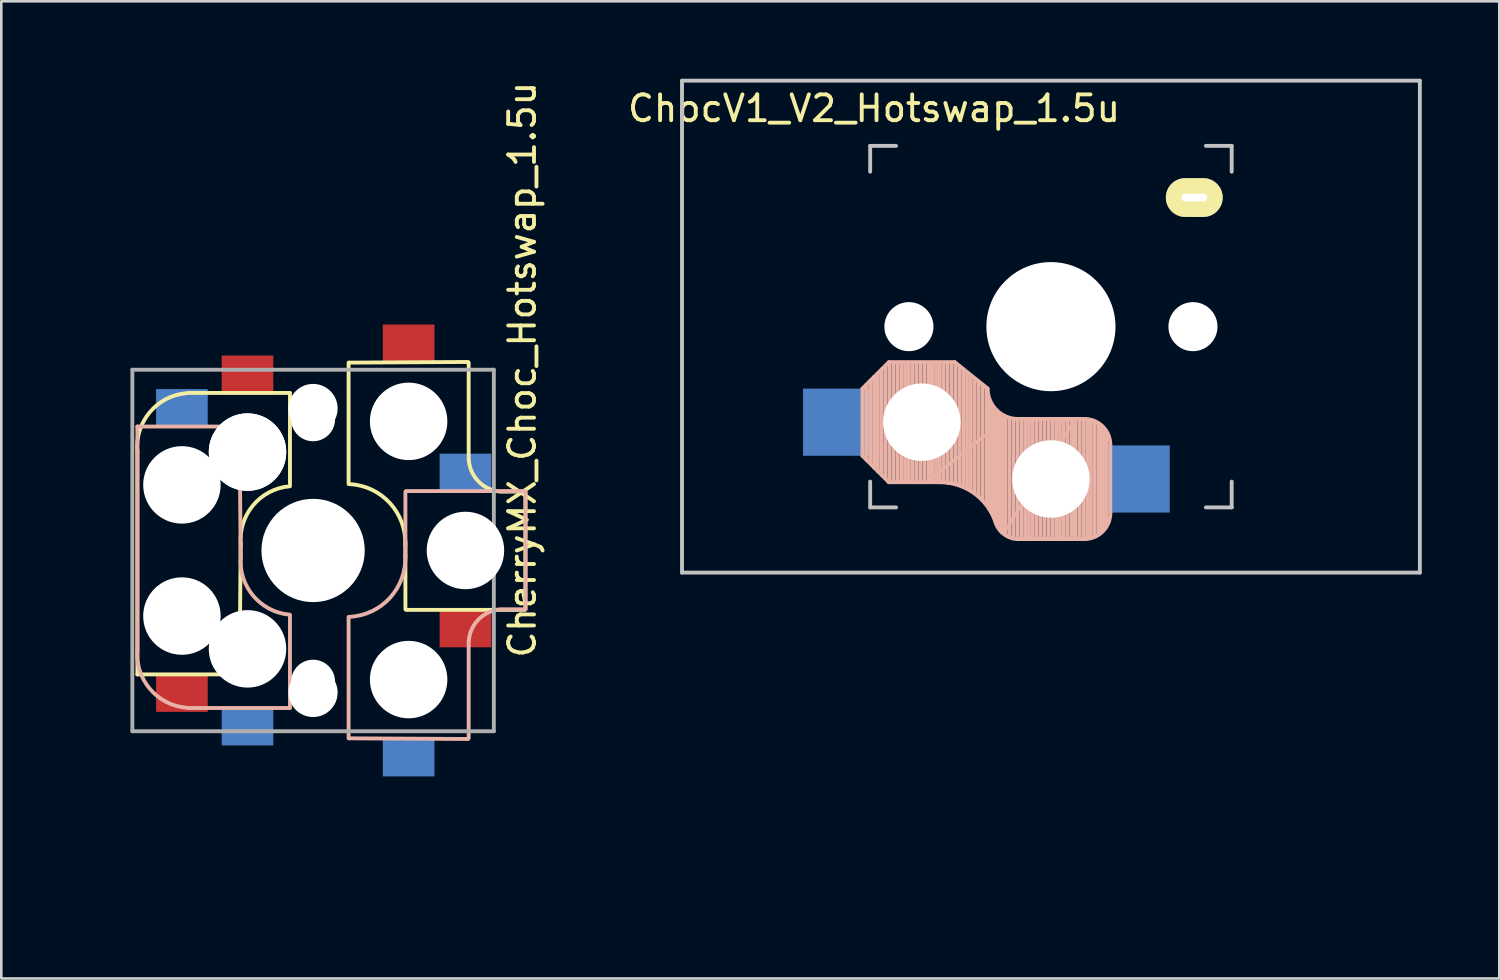
<source format=kicad_pcb>
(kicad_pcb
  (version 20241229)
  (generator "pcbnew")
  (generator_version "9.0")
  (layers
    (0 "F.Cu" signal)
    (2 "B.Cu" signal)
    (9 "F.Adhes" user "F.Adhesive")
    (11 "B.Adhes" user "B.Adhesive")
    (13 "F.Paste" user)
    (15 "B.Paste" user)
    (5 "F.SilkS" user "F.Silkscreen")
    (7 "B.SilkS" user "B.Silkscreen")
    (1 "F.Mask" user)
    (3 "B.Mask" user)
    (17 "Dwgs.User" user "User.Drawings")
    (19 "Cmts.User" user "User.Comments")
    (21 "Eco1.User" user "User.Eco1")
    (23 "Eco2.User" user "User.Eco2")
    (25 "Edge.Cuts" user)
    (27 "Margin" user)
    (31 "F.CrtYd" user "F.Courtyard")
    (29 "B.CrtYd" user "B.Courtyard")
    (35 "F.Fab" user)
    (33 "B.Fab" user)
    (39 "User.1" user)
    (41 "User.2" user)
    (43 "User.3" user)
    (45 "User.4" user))
  (footprint "ChocV1_V2_Hotswap_1.5u"
    (layer "F.Cu")
    (at 37.649 9.6)
    (property "Reference" "ChocV1_V2_Hotswap_1.5u" (at -6.85 -8.45 0) (layer "F.SilkS") (effects (font (size 1 1) (thickness 0.15))))
    (attr through_hole)
    (fp_line (start -7.3 2.4) (end -7.3 5) (stroke (width 0.15) (type solid)) (layer "B.SilkS"))
    (fp_line (start -7.3 2.4) (end -6.275 1.375) (stroke (width 0.15) (type solid)) (layer "B.SilkS"))
    (fp_line (start -7.3 5) (end -6.275 6.025) (stroke (width 0.15) (type solid)) (layer "B.SilkS"))
    (fp_line (start -7.15 5.15) (end -7.15 2.25) (stroke (width 0.15) (type solid)) (layer "B.SilkS"))
    (fp_line (start -7 5.25) (end -7 2.1) (stroke (width 0.15) (type solid)) (layer "B.SilkS"))
    (fp_line (start -6.85 5.45) (end -6.85 1.95) (stroke (width 0.15) (type solid)) (layer "B.SilkS"))
    (fp_line (start -6.7 5.6) (end -6.7 1.8) (stroke (width 0.15) (type solid)) (layer "B.SilkS"))
    (fp_line (start -6.55 5.75) (end -6.55 1.65) (stroke (width 0.15) (type solid)) (layer "B.SilkS"))
    (fp_line (start -6.4 5.85) (end -6.4 1.5) (stroke (width 0.15) (type solid)) (layer "B.SilkS"))
    (fp_line (start -6.25 6) (end -6.25 1.4) (stroke (width 0.15) (type solid)) (layer "B.SilkS"))
    (fp_line (start -6.1 6) (end -6.1 1.4) (stroke (width 0.15) (type solid)) (layer "B.SilkS"))
    (fp_line (start -5.95 6) (end -5.95 1.4) (stroke (width 0.15) (type solid)) (layer "B.SilkS"))
    (fp_line (start -5.8 6) (end -5.8 1.4) (stroke (width 0.15) (type solid)) (layer "B.SilkS"))
    (fp_line (start -5.65 6) (end -5.65 1.4) (stroke (width 0.15) (type solid)) (layer "B.SilkS"))
    (fp_line (start -5.5 6) (end -5.5 1.4) (stroke (width 0.15) (type solid)) (layer "B.SilkS"))
    (fp_line (start -5.35 6) (end -5.35 1.4) (stroke (width 0.15) (type solid)) (layer "B.SilkS"))
    (fp_line (start -5.2 6) (end -5.2 1.4) (stroke (width 0.15) (type solid)) (layer "B.SilkS"))
    (fp_line (start -5.05 6) (end -5.05 1.4) (stroke (width 0.15) (type solid)) (layer "B.SilkS"))
    (fp_line (start -4.9 6) (end -4.9 1.4) (stroke (width 0.15) (type solid)) (layer "B.SilkS"))
    (fp_line (start -4.75 6) (end -4.75 1.4) (stroke (width 0.15) (type solid)) (layer "B.SilkS"))
    (fp_line (start -4.65 5.9) (end -4.65 1.4) (stroke (width 0.12) (type solid)) (layer "B.SilkS"))
    (fp_line (start -4.6 6) (end -4.6 1.4) (stroke (width 0.15) (type solid)) (layer "B.SilkS"))
    (fp_line (start -4.45 6) (end -4.45 1.4) (stroke (width 0.15) (type solid)) (layer "B.SilkS"))
    (fp_line (start -4.3 6) (end -4.3 1.4) (stroke (width 0.15) (type solid)) (layer "B.SilkS"))
    (fp_line (start -4.3 6.025) (end -6.275 6.025) (stroke (width 0.15) (type solid)) (layer "B.SilkS"))
    (fp_line (start -4.15 6) (end -4.15 1.45) (stroke (width 0.15) (type solid)) (layer "B.SilkS"))
    (fp_line (start -4 6.05) (end -4 1.4) (stroke (width 0.15) (type solid)) (layer "B.SilkS"))
    (fp_line (start -3.85 6.05) (end -3.85 1.4) (stroke (width 0.15) (type solid)) (layer "B.SilkS"))
    (fp_line (start -3.725 1.375) (end -6.275 1.375) (stroke (width 0.15) (type solid)) (layer "B.SilkS"))
    (fp_line (start -3.725 1.375) (end -2.45 2.4) (stroke (width 0.15) (type solid)) (layer "B.SilkS"))
    (fp_line (start -3.7 6.05) (end -3.7 1.45) (stroke (width 0.15) (type solid)) (layer "B.SilkS"))
    (fp_line (start -3.55 6.1) (end -3.55 1.55) (stroke (width 0.15) (type solid)) (layer "B.SilkS"))
    (fp_line (start -3.4 6.2) (end -3.4 1.65) (stroke (width 0.15) (type solid)) (layer "B.SilkS"))
    (fp_line (start -3.25 6.25) (end -3.25 1.8) (stroke (width 0.15) (type solid)) (layer "B.SilkS"))
    (fp_line (start -3.1 6.35) (end -3.1 1.9) (stroke (width 0.15) (type solid)) (layer "B.SilkS"))
    (fp_line (start -2.95 6.45) (end -2.95 2.05) (stroke (width 0.15) (type solid)) (layer "B.SilkS"))
    (fp_line (start -2.8 6.55) (end -2.8 2.15) (stroke (width 0.15) (type solid)) (layer "B.SilkS"))
    (fp_line (start -2.65 6.7) (end -2.65 2.25) (stroke (width 0.15) (type solid)) (layer "B.SilkS"))
    (fp_line (start -2.5 6.85) (end -2.5 2.4) (stroke (width 0.15) (type solid)) (layer "B.SilkS"))
    (fp_line (start -2.4 7.05) (end -2.4 2.9) (stroke (width 0.15) (type solid)) (layer "B.SilkS"))
    (fp_line (start -2.3 7.2) (end -2.3 3.05) (stroke (width 0.15) (type solid)) (layer "B.SilkS"))
    (fp_line (start -2.2 7.4) (end -2.2 3.25) (stroke (width 0.15) (type solid)) (layer "B.SilkS"))
    (fp_line (start -2.1 7.55) (end -2.1 3.35) (stroke (width 0.15) (type solid)) (layer "B.SilkS"))
    (fp_line (start -2 7.8) (end -2 3.4) (stroke (width 0.15) (type solid)) (layer "B.SilkS"))
    (fp_line (start -1.9 7.95) (end -1.9 3.45) (stroke (width 0.15) (type solid)) (layer "B.SilkS"))
    (fp_line (start -1.8 3.6) (end -4.65 5.9) (stroke (width 0.12) (type solid)) (layer "B.SilkS"))
    (fp_line (start -1.8 7.95) (end -1.8 3.6) (stroke (width 0.12) (type solid)) (layer "B.SilkS"))
    (fp_line (start -1.75 8.05) (end -1.75 3.5) (stroke (width 0.15) (type solid)) (layer "B.SilkS"))
    (fp_line (start -1.6 8.15) (end -1.6 3.6) (stroke (width 0.15) (type solid)) (layer "B.SilkS"))
    (fp_line (start -1.45 8.2) (end -1.45 3.6) (stroke (width 0.15) (type solid)) (layer "B.SilkS"))
    (fp_line (start -1.3 8.2) (end -1.3 3.6) (stroke (width 0.15) (type solid)) (layer "B.SilkS"))
    (fp_line (start -1.15 8.2) (end -1.15 3.65) (stroke (width 0.15) (type solid)) (layer "B.SilkS"))
    (fp_line (start -1 8.2) (end -1 3.6) (stroke (width 0.15) (type solid)) (layer "B.SilkS"))
    (fp_line (start -0.85 8.2) (end -0.85 3.6) (stroke (width 0.15) (type solid)) (layer "B.SilkS"))
    (fp_line (start -0.7 8.2) (end -0.7 3.6) (stroke (width 0.15) (type solid)) (layer "B.SilkS"))
    (fp_line (start -0.55 8.2) (end -0.55 3.6) (stroke (width 0.15) (type solid)) (layer "B.SilkS"))
    (fp_line (start -0.4 8.2) (end -0.4 3.6) (stroke (width 0.15) (type solid)) (layer "B.SilkS"))
    (fp_line (start -0.25 8.2) (end -0.25 3.6) (stroke (width 0.15) (type solid)) (layer "B.SilkS"))
    (fp_line (start -0.1 8.2) (end -0.1 3.6) (stroke (width 0.15) (type solid)) (layer "B.SilkS"))
    (fp_line (start 0.05 8.2) (end 0.05 3.6) (stroke (width 0.15) (type solid)) (layer "B.SilkS"))
    (fp_line (start 0.2 8.2) (end 0.2 3.6) (stroke (width 0.15) (type solid)) (layer "B.SilkS"))
    (fp_line (start 0.35 8.2) (end 0.35 3.6) (stroke (width 0.15) (type solid)) (layer "B.SilkS"))
    (fp_line (start 0.5 8.2) (end 0.5 3.6) (stroke (width 0.15) (type solid)) (layer "B.SilkS"))
    (fp_line (start 0.65 8.2) (end 0.65 3.6) (stroke (width 0.15) (type solid)) (layer "B.SilkS"))
    (fp_line (start 0.8 8.2) (end 0.8 3.6) (stroke (width 0.15) (type solid)) (layer "B.SilkS"))
    (fp_line (start 0.9 3.65) (end -1.8 7.95) (stroke (width 0.12) (type solid)) (layer "B.SilkS"))
    (fp_line (start 0.9 8.1) (end 0.9 3.65) (stroke (width 0.12) (type solid)) (layer "B.SilkS"))
    (fp_line (start 0.95 8.2) (end 0.95 3.6) (stroke (width 0.15) (type solid)) (layer "B.SilkS"))
    (fp_line (start 1.1 8.2) (end 1.1 3.6) (stroke (width 0.15) (type solid)) (layer "B.SilkS"))
    (fp_line (start 1.25 8.2) (end 1.25 3.6) (stroke (width 0.15) (type solid)) (layer "B.SilkS"))
    (fp_line (start 1.3 3.575) (end -1.275 3.575) (stroke (width 0.15) (type solid)) (layer "B.SilkS"))
    (fp_line (start 1.3 8.225) (end -1.3 8.225) (stroke (width 0.15) (type solid)) (layer "B.SilkS"))
    (fp_line (start 1.4 8.2) (end 1.4 3.65) (stroke (width 0.15) (type solid)) (layer "B.SilkS"))
    (fp_line (start 1.55 8.15) (end 1.55 3.65) (stroke (width 0.15) (type solid)) (layer "B.SilkS"))
    (fp_line (start 1.7 8.1) (end 1.7 3.7) (stroke (width 0.15) (type solid)) (layer "B.SilkS"))
    (fp_line (start 1.85 8) (end 1.85 3.8) (stroke (width 0.15) (type solid)) (layer "B.SilkS"))
    (fp_line (start 1.95 7.9) (end 1.95 3.95) (stroke (width 0.15) (type solid)) (layer "B.SilkS"))
    (fp_line (start 2.05 7.8) (end 2.05 4.05) (stroke (width 0.15) (type solid)) (layer "B.SilkS"))
    (fp_line (start 2.15 7.65) (end 2.15 4.1) (stroke (width 0.15) (type solid)) (layer "B.SilkS"))
    (fp_line (start 2.3 4.575) (end 2.3 7.225) (stroke (width 0.15) (type solid)) (layer "B.SilkS"))
    (fp_arc (start -4.3 6.025) (mid -2.995114 6.436429) (end -2.162199 7.521904) (stroke (width 0.15) (type solid)) (layer "B.SilkS"))
    (fp_arc (start -1.300995 8.223791) (mid -1.848284 8.016021) (end -2.162199 7.521904) (stroke (width 0.15) (type solid)) (layer "B.SilkS"))
    (fp_arc (start -1.275 3.575) (mid -2.10585 3.23085) (end -2.45 2.4) (stroke (width 0.15) (type solid)) (layer "B.SilkS"))
    (fp_arc (start 1.3 3.575) (mid 2.007107 3.867893) (end 2.3 4.575) (stroke (width 0.15) (type solid)) (layer "B.SilkS"))
    (fp_arc (start 2.3 7.225) (mid 2.007107 7.932107) (end 1.3 8.225) (stroke (width 0.15) (type solid)) (layer "B.SilkS"))
    (fp_line (start -14.287 -9.525) (end 14.287 -9.525) (stroke (width 0.15) (type solid)) (layer "Dwgs.User"))
    (fp_line (start -14.287 9.525) (end -14.287 -9.525) (stroke (width 0.15) (type solid)) (layer "Dwgs.User"))
    (fp_line (start -7 -7) (end -6 -7) (stroke (width 0.15) (type solid)) (layer "Dwgs.User"))
    (fp_line (start -7 -6) (end -7 -7) (stroke (width 0.15) (type solid)) (layer "Dwgs.User"))
    (fp_line (start -7 7) (end -7 6) (stroke (width 0.15) (type solid)) (layer "Dwgs.User"))
    (fp_line (start -6 7) (end -7 7) (stroke (width 0.15) (type solid)) (layer "Dwgs.User"))
    (fp_line (start 6 7) (end 7 7) (stroke (width 0.15) (type solid)) (layer "Dwgs.User"))
    (fp_line (start 7 -7) (end 6 -7) (stroke (width 0.15) (type solid)) (layer "Dwgs.User"))
    (fp_line (start 7 -6) (end 7 -7) (stroke (width 0.15) (type solid)) (layer "Dwgs.User"))
    (fp_line (start 7 7) (end 7 6) (stroke (width 0.15) (type solid)) (layer "Dwgs.User"))
    (fp_line (start 14.287 -9.525) (end 14.287 9.525) (stroke (width 0.15) (type solid)) (layer "Dwgs.User"))
    (fp_line (start 14.287 9.525) (end -14.287 9.525) (stroke (width 0.15) (type solid)) (layer "Dwgs.User"))
    (pad "" np_thru_hole circle (at -5.5 0 90) (size 1.9 1.9) (drill 1.9) (layers "*.Cu"))
    (pad "" np_thru_hole circle (at -5 3.7 90) (size 3 3) (drill 3) (layers "*.Cu" "*.Mask"))
    (pad "" np_thru_hole circle (at 0 0 90) (size 5 5) (drill 5) (layers "*.Cu"))
    (pad "" np_thru_hole circle (at 0 5.9 90) (size 3 3) (drill 3) (layers "*.Cu" "*.Mask"))
    (pad "" np_thru_hole circle (at 5.5 0 90) (size 1.9 1.9) (drill 1.9) (layers "*.Cu"))
    (pad "" thru_hole oval (at 5.55 -5 180) (size 2.2 1.5) (drill oval 1 0.3) (layers "*.Cu" "B.Mask" "F.SilkS"))
    (pad "1" smd rect (at -8.3 3.7 180) (size 2.6 2.6) (layers "B.Cu" "B.Mask" "B.Paste"))
    (pad "2" smd rect (at 3.3 5.9 180) (size 2.6 2.6) (layers "B.Cu" "B.Mask" "B.Paste")))
  (footprint "CherryMX_Choc_Hotswap_1.5u"
    (layer "F.Cu")
    (at 9.075 18.268)
    (property "Reference" "CherryMX_Choc_Hotswap_1.5u" (at 8.1 -7 90) (layer "F.SilkS") (effects (font (size 1 1) (thickness 0.15))))
    (attr through_hole)
    (fp_line (start -6.804 4.8) (end -6.804 -3.825) (stroke (width 0.15) (type solid)) (layer "F.SilkS"))
    (fp_line (start -4.85 -6.1) (end -0.905 -6.1) (stroke (width 0.15) (type solid)) (layer "F.SilkS"))
    (fp_line (start -2.896 4.8) (end -6.804 4.8) (stroke (width 0.15) (type solid)) (layer "F.SilkS"))
    (fp_line (start -2.85 4.8) (end -2.804 -0.25) (stroke (width 0.15) (type solid)) (layer "F.SilkS"))
    (fp_line (start -0.896 -6.1) (end -0.896 -2.49) (stroke (width 0.15) (type solid)) (layer "F.SilkS"))
    (fp_line (start 1.375 -2.575) (end 1.375 -7.275) (stroke (width 0.15) (type solid)) (layer "F.SilkS"))
    (fp_line (start 1.4 -7.275) (end 6 -7.3) (stroke (width 0.15) (type solid)) (layer "F.SilkS"))
    (fp_line (start 3.575 2.275) (end 3.575 -0.275) (stroke (width 0.15) (type solid)) (layer "F.SilkS"))
    (fp_line (start 3.6 2.3) (end 8.2 2.3) (stroke (width 0.15) (type solid)) (layer "F.SilkS"))
    (fp_line (start 6.025 -3.5) (end 6.025 -7.275) (stroke (width 0.15) (type solid)) (layer "F.SilkS"))
    (fp_line (start 7.5 -2.28) (end 8.2 -2.28) (stroke (width 0.15) (type solid)) (layer "F.SilkS"))
    (fp_line (start 8.225 2.275) (end 8.225 -2.275) (stroke (width 0.15) (type solid)) (layer "F.SilkS"))
    (fp_arc (start -6.804 -3.825) (mid -6.33089 -5.347189) (end -4.92 -6.089) (stroke (width 0.15) (type solid)) (layer "F.SilkS"))
    (fp_arc (start -2.8 -0.225) (mid -2.328062 -1.74436) (end -0.920001 -2.484999) (stroke (width 0.15) (type solid)) (layer "F.SilkS"))
    (fp_arc (start 1.4 -2.57) (mid 2.975843 -1.834422) (end 3.57 -0.2) (stroke (width 0.15) (type solid)) (layer "F.SilkS"))
    (fp_arc (start 7.45 -2.28) (mid 6.48733 -2.595908) (end 6.03 -3.5) (stroke (width 0.15) (type solid)) (layer "F.SilkS"))
    (fp_line (start -6.804 -4.8) (end -6.804 3.825) (stroke (width 0.15) (type solid)) (layer "B.SilkS"))
    (fp_line (start -4.85 6.1) (end -0.905 6.1) (stroke (width 0.15) (type solid)) (layer "B.SilkS"))
    (fp_line (start -2.896 -4.8) (end -6.804 -4.8) (stroke (width 0.15) (type solid)) (layer "B.SilkS"))
    (fp_line (start -2.85 -4.8) (end -2.804 0.25) (stroke (width 0.15) (type solid)) (layer "B.SilkS"))
    (fp_line (start -0.896 6.1) (end -0.896 2.49) (stroke (width 0.15) (type solid)) (layer "B.SilkS"))
    (fp_line (start 1.375 2.575) (end 1.375 7.275) (stroke (width 0.15) (type solid)) (layer "B.SilkS"))
    (fp_line (start 1.4 7.275) (end 6 7.3) (stroke (width 0.15) (type solid)) (layer "B.SilkS"))
    (fp_line (start 3.575 -2.275) (end 3.575 0.275) (stroke (width 0.15) (type solid)) (layer "B.SilkS"))
    (fp_line (start 3.6 -2.3) (end 8.2 -2.3) (stroke (width 0.15) (type solid)) (layer "B.SilkS"))
    (fp_line (start 6.025 3.5) (end 6.025 7.275) (stroke (width 0.15) (type solid)) (layer "B.SilkS"))
    (fp_line (start 7.5 2.28) (end 8.2 2.28) (stroke (width 0.15) (type solid)) (layer "B.SilkS"))
    (fp_line (start 8.225 -2.275) (end 8.225 2.275) (stroke (width 0.15) (type solid)) (layer "B.SilkS"))
    (fp_arc (start -4.92 6.089) (mid -6.33089 5.347189) (end -6.804 3.825) (stroke (width 0.15) (type solid)) (layer "B.SilkS"))
    (fp_arc (start -0.920001 2.485001) (mid -2.328062 1.744361) (end -2.8 0.225) (stroke (width 0.15) (type solid)) (layer "B.SilkS"))
    (fp_arc (start 3.57 0.2) (mid 2.975843 1.834422) (end 1.4 2.57) (stroke (width 0.15) (type solid)) (layer "B.SilkS"))
    (fp_arc (start 6.03 3.5) (mid 6.487329 2.595908) (end 7.449999 2.279999) (stroke (width 0.15) (type solid)) (layer "B.SilkS"))
    (fp_line (start -9 -13.5) (end 9 -13.5) (stroke (width 0.15) (type solid)) (layer "Eco2.User"))
    (fp_line (start -9 13.5) (end -9 -13.5) (stroke (width 0.15) (type solid)) (layer "Eco2.User"))
    (fp_line (start -7 -7) (end 7 -7) (stroke (width 0.15) (type solid)) (layer "Eco2.User"))
    (fp_line (start -7 7) (end -7 -7) (stroke (width 0.15) (type solid)) (layer "Eco2.User"))
    (fp_line (start 7 -7) (end 7 7) (stroke (width 0.15) (type solid)) (layer "Eco2.User"))
    (fp_line (start 7 7) (end -7 7) (stroke (width 0.15) (type solid)) (layer "Eco2.User"))
    (fp_line (start 9 -13.5) (end 9 13.5) (stroke (width 0.15) (type solid)) (layer "Eco2.User"))
    (fp_line (start 9 13.5) (end -9 13.5) (stroke (width 0.15) (type solid)) (layer "Eco2.User"))
    (fp_line (start -7 -7) (end -7 7) (stroke (width 0.15) (type solid)) (layer "F.Fab"))
    (fp_line (start -7 7) (end 7 7) (stroke (width 0.15) (type solid)) (layer "F.Fab"))
    (fp_line (start 7 -7) (end -7 -7) (stroke (width 0.15) (type solid)) (layer "F.Fab"))
    (fp_line (start 7 7) (end 7 -7) (stroke (width 0.15) (type solid)) (layer "F.Fab"))
    (pad "" np_thru_hole circle (at -5.08 -2.54 270) (size 3 3) (drill 3) (layers "*.Cu" "*.Mask"))
    (pad "" np_thru_hole circle (at -5.08 2.54 270) (size 3 3) (drill 3) (layers "*.Cu" "*.Mask"))
    (pad "" np_thru_hole circle (at -2.58 -3.825 270) (size 0.1 0.1) (drill 0.1) (layers "*.Cu" "*.Mask"))
    (pad "" np_thru_hole circle (at -2.58 3.825 270) (size 0.1 0.1) (drill 0.1) (layers "*.Cu" "*.Mask"))
    (pad "" np_thru_hole circle (at -2.54 -3.81 270) (size 3 3) (drill 3) (layers "*.Cu" "*.Mask"))
    (pad "" np_thru_hole circle (at -2.54 -3.81 270) (size 3 3) (drill 3) (layers "*.Cu" "*.Mask"))
    (pad "" np_thru_hole circle (at -2.54 3.81 270) (size 3 3) (drill 3) (layers "*.Cu" "*.Mask"))
    (pad "" np_thru_hole circle (at 0 -5.5 180) (size 1.9 1.9) (drill 1.9) (layers "*.Cu" "*.Mask"))
    (pad "" np_thru_hole circle (at 0 -5.08 90) (size 1.7 1.7) (drill 1.7) (layers "*.Cu" "*.Mask"))
    (pad "" np_thru_hole circle (at 0 0 180) (size 4 4) (drill 4) (layers "*.Cu" "*.Mask"))
    (pad "" np_thru_hole circle (at 0 5.08 90) (size 1.7 1.7) (drill 1.7) (layers "*.Cu" "*.Mask"))
    (pad "" np_thru_hole circle (at 0 5.5 180) (size 1.9 1.9) (drill 1.9) (layers "*.Cu" "*.Mask"))
    (pad "" np_thru_hole circle (at 3.7 -5) (size 3 3) (drill 3) (layers "*.Cu" "*.Mask"))
    (pad "" np_thru_hole circle (at 3.7 5 180) (size 3 3) (drill 3) (layers "*.Cu" "*.Mask"))
    (pad "" np_thru_hole circle (at 5.9 0 180) (size 3 3) (drill 3) (layers "*.Cu" "*.Mask"))
    (pad "1" smd rect (at -5.08 5.5 270) (size 1.5 2) (layers "F.Cu" "F.Mask" "F.Paste"))
    (pad "1" smd rect (at -2.54 6.8 270) (size 1.5 2) (layers "B.Cu" "B.Mask" "B.Paste"))
    (pad "1" smd rect (at 3.7 -8 270) (size 1.5 2) (layers "F.Cu" "F.Mask" "F.Paste"))
    (pad "1" smd rect (at 3.7 8 270) (size 1.5 2) (layers "B.Cu" "B.Mask" "B.Paste"))
    (pad "2" smd rect (at -5.08 -5.5 270) (size 1.5 2) (layers "B.Cu" "B.Mask" "B.Paste"))
    (pad "2" smd rect (at -2.54 -6.8 270) (size 1.5 2) (layers "F.Cu" "F.Mask" "F.Paste"))
    (pad "2" smd rect (at 5.9 -3 270) (size 1.5 2) (layers "B.Cu" "B.Mask" "B.Paste"))
    (pad "2" smd rect (at 5.9 3 270) (size 1.5 2) (layers "F.Cu" "F.Mask" "F.Paste")))
  (gr_rect
    (start -3 -3)
    (end 55.011 34.843)
    (stroke (width 0.1) (type default))
    (fill no)
    (layer "Edge.Cuts")))
</source>
